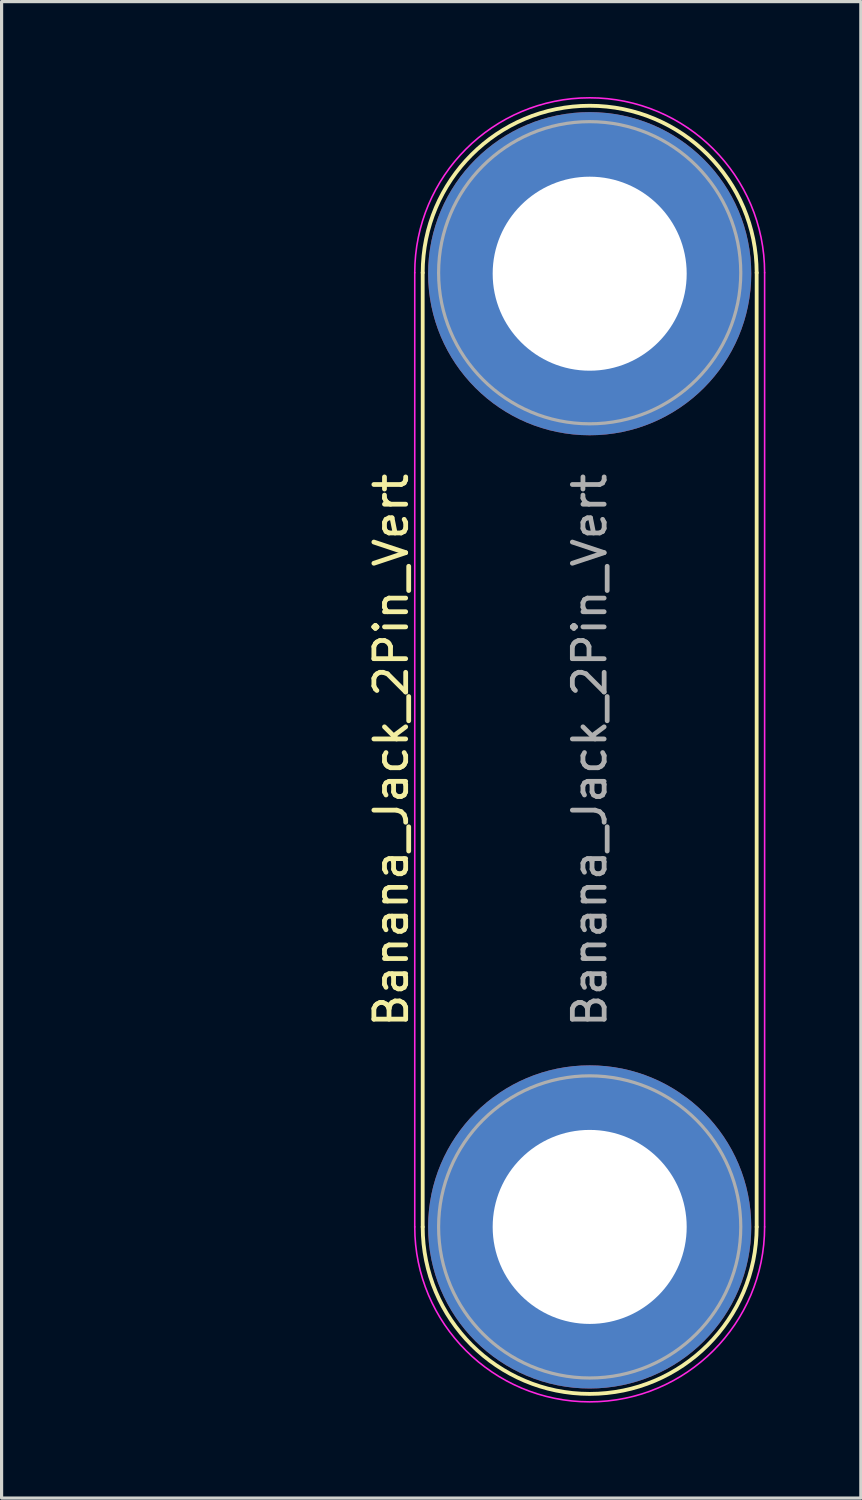
<source format=kicad_pcb>
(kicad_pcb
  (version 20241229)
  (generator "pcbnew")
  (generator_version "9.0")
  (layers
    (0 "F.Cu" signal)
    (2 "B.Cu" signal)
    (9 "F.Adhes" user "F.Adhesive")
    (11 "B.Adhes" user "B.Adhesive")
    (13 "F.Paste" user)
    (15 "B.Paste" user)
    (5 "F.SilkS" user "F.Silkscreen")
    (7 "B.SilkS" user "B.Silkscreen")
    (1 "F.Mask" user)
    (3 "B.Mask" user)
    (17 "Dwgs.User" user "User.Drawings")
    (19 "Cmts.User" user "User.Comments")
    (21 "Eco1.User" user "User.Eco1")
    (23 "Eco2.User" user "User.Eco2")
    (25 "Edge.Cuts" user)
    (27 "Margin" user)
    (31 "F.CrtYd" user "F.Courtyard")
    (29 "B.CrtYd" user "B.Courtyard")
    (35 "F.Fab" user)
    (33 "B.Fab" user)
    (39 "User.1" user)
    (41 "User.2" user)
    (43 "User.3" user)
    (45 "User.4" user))
  (footprint "Banana_Jack_2Pin_Vert"
    (layer "F.Cu")
    (at 0.25 20.285)
    (property "Reference" "Banana_Jack_2Pin_Vert" (at 9 0.255 90) (layer "F.SilkS") (effects (font (size 1 1) (thickness 0.15))))
    (attr through_hole)
    (fp_line (start 9.99 -14.76) (end 9.99 15.24) (stroke (width 0.12) (type solid)) (layer "F.SilkS"))
    (fp_line (start 20.49 15.24) (end 20.49 -14.76) (stroke (width 0.12) (type solid)) (layer "F.SilkS"))
    (fp_arc (start 9.99 -14.76) (mid 15.24 -20.01) (end 20.49 -14.76) (stroke (width 0.12) (type solid)) (layer "F.SilkS"))
    (fp_arc (start 20.49 15.24) (mid 15.24 20.49) (end 9.99 15.24) (stroke (width 0.12) (type solid)) (layer "F.SilkS"))
    (fp_line (start 9.74 -14.76) (end 9.74 15.24) (stroke (width 0.05) (type solid)) (layer "F.CrtYd"))
    (fp_line (start 20.74 15.24) (end 20.74 -14.76) (stroke (width 0.05) (type solid)) (layer "F.CrtYd"))
    (fp_arc (start 9.74 -14.76) (mid 15.24 -20.26) (end 20.74 -14.76) (stroke (width 0.05) (type solid)) (layer "F.CrtYd"))
    (fp_arc (start 20.74 15.24) (mid 15.24 20.74) (end 9.74 15.24) (stroke (width 0.05) (type solid)) (layer "F.CrtYd"))
    (fp_circle (center 15.24 -14.76) (end 15.24 -19.51) (stroke (width 0.1) (type solid)) (fill no) (layer "F.Fab"))
    (fp_circle (center 15.24 -14.76) (end 15.24 -16.76) (stroke (width 0.1) (type solid)) (fill no) (layer "F.Fab"))
    (fp_circle (center 15.24 15.24) (end 15.24 10.49) (stroke (width 0.1) (type solid)) (fill no) (layer "F.Fab"))
    (fp_circle (center 15.24 15.24) (end 15.24 13.24) (stroke (width 0.1) (type solid)) (fill no) (layer "F.Fab"))
    (fp_text user "${REFERENCE}" (at 15.24 0.255 90) (layer "F.Fab") (effects (font (size 1 1) (thickness 0.15))))
    (pad "1" thru_hole circle (at 15.24 15.24 90) (size 10.16 10.16) (drill 6.1) (layers "*.Cu" "*.Mask"))
    (pad "2" thru_hole circle (at 15.24 -14.73 90) (size 10.16 10.16) (drill 6.1) (layers "*.Cu" "*.Mask")))
  (gr_rect
    (start -3 -3)
    (end 24.015 44.05)
    (stroke (width 0.1) (type default))
    (fill no)
    (layer "Edge.Cuts")))
</source>
